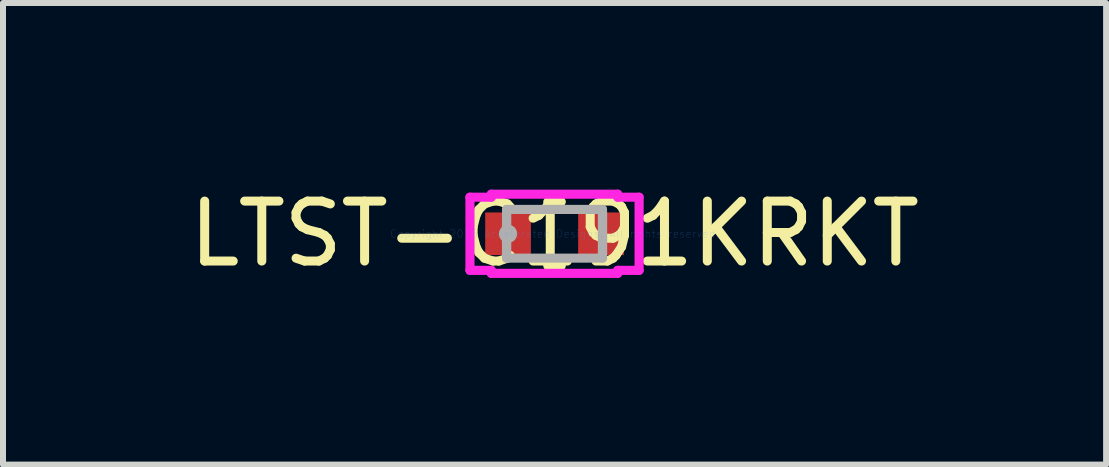
<source format=kicad_pcb>
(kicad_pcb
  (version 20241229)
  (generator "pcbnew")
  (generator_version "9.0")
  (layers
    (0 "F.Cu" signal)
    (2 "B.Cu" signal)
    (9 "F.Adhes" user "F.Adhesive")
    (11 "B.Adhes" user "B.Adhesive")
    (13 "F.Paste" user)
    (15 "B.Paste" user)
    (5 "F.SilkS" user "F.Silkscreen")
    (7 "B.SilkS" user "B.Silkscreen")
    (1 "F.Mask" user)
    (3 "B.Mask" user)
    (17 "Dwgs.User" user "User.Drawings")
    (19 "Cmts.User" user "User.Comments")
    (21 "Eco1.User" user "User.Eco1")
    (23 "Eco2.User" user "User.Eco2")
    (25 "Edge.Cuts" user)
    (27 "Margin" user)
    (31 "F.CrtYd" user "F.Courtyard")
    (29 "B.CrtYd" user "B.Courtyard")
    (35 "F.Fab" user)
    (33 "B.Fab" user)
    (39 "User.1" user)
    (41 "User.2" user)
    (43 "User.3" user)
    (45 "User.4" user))
  (footprint "LTST-C191KRKT"
    (layer "F.Cu")
    (at 6.196 0.848)
    (property "Reference" "LTST-C191KRKT" (at 0 0 0) (layer "F.SilkS") (effects (font (size 1 1) (thickness 0.15))))
    (attr through_hole)
    (fp_line (start -0.112 0.533) (end 0.112 0.533) (stroke (width 0.152) (type solid)) (layer "F.SilkS"))
    (fp_line (start 0.112 -0.533) (end -0.112 -0.533) (stroke (width 0.152) (type solid)) (layer "F.SilkS"))
    (fp_line (start -1.41 -0.61) (end -1.054 -0.61) (stroke (width 0.152) (type solid)) (layer "F.CrtYd"))
    (fp_line (start -1.41 0.61) (end -1.41 -0.61) (stroke (width 0.152) (type solid)) (layer "F.CrtYd"))
    (fp_line (start -1.054 -0.66) (end 1.054 -0.66) (stroke (width 0.152) (type solid)) (layer "F.CrtYd"))
    (fp_line (start -1.054 -0.61) (end -1.054 -0.66) (stroke (width 0.152) (type solid)) (layer "F.CrtYd"))
    (fp_line (start -1.054 0.61) (end -1.41 0.61) (stroke (width 0.152) (type solid)) (layer "F.CrtYd"))
    (fp_line (start -1.054 0.66) (end -1.054 0.61) (stroke (width 0.152) (type solid)) (layer "F.CrtYd"))
    (fp_line (start 1.054 -0.66) (end 1.054 -0.61) (stroke (width 0.152) (type solid)) (layer "F.CrtYd"))
    (fp_line (start 1.054 -0.61) (end 1.41 -0.61) (stroke (width 0.152) (type solid)) (layer "F.CrtYd"))
    (fp_line (start 1.054 0.61) (end 1.054 0.66) (stroke (width 0.152) (type solid)) (layer "F.CrtYd"))
    (fp_line (start 1.054 0.66) (end -1.054 0.66) (stroke (width 0.152) (type solid)) (layer "F.CrtYd"))
    (fp_line (start 1.41 -0.61) (end 1.41 0.61) (stroke (width 0.152) (type solid)) (layer "F.CrtYd"))
    (fp_line (start 1.41 0.61) (end 1.054 0.61) (stroke (width 0.152) (type solid)) (layer "F.CrtYd"))
    (fp_line (start -0.8 -0.406) (end -0.8 0.406) (stroke (width 0.152) (type solid)) (layer "F.Fab"))
    (fp_line (start -0.8 -0.356) (end -0.8 -0.356) (stroke (width 0.152) (type solid)) (layer "F.Fab"))
    (fp_line (start -0.8 -0.356) (end -0.8 0.356) (stroke (width 0.152) (type solid)) (layer "F.Fab"))
    (fp_line (start -0.8 0.356) (end -0.8 -0.356) (stroke (width 0.152) (type solid)) (layer "F.Fab"))
    (fp_line (start -0.8 0.356) (end -0.8 0.356) (stroke (width 0.152) (type solid)) (layer "F.Fab"))
    (fp_line (start -0.8 0.406) (end 0.8 0.406) (stroke (width 0.152) (type solid)) (layer "F.Fab"))
    (fp_line (start 0.8 -0.406) (end -0.8 -0.406) (stroke (width 0.152) (type solid)) (layer "F.Fab"))
    (fp_line (start 0.8 -0.356) (end 0.8 -0.356) (stroke (width 0.152) (type solid)) (layer "F.Fab"))
    (fp_line (start 0.8 -0.356) (end 0.8 0.356) (stroke (width 0.152) (type solid)) (layer "F.Fab"))
    (fp_line (start 0.8 0.356) (end 0.8 -0.356) (stroke (width 0.152) (type solid)) (layer "F.Fab"))
    (fp_line (start 0.8 0.356) (end 0.8 0.356) (stroke (width 0.152) (type solid)) (layer "F.Fab"))
    (fp_line (start 0.8 0.406) (end 0.8 -0.406) (stroke (width 0.152) (type solid)) (layer "F.Fab"))
    (fp_circle (center -0.775 0) (end -0.775 0) (stroke (width 0.152) (type solid)) (fill no) (layer "F.Fab"))
    (fp_text user "Copyright 2016 Accelerated Designs. All rights reserved." (at 0 0 0) (layer "Cmts.User") (effects (font (size 0.127 0.127) (thickness 0.002))))
    (pad "1" smd rect (at -0.775 0) (size 0.762 0.711) (layers "F.Cu" "F.Mask" "F.Paste"))
    (pad "2" smd rect (at 0.775 0) (size 0.762 0.711) (layers "F.Cu" "F.Mask" "F.Paste")))
  (gr_rect
    (start -3 -3)
    (end 15.393 4.697)
    (stroke (width 0.1) (type default))
    (fill no)
    (layer "Edge.Cuts")))
</source>
